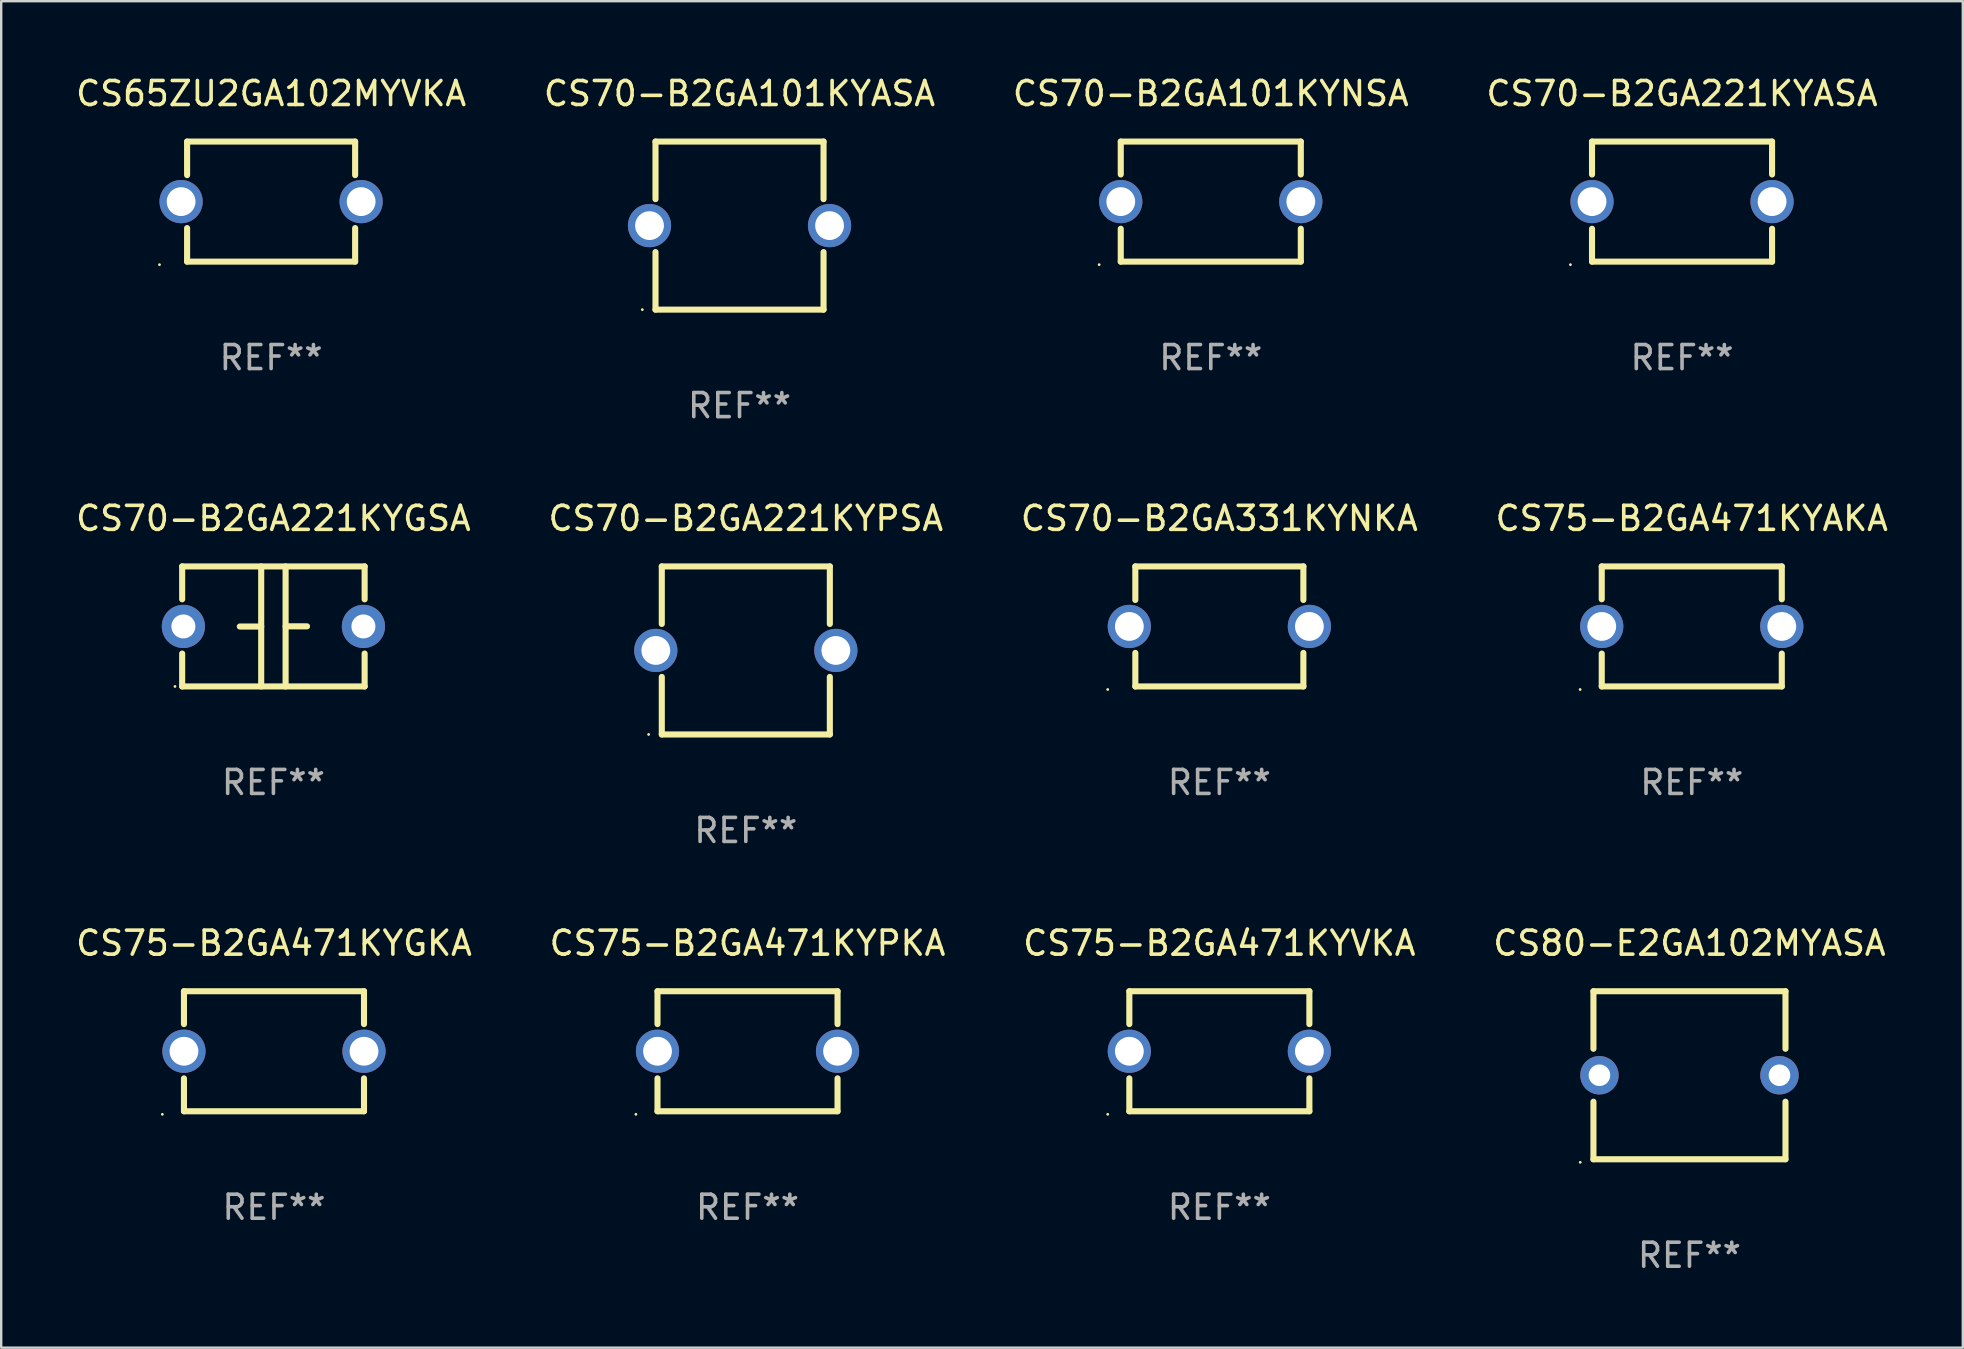
<source format=kicad_pcb>
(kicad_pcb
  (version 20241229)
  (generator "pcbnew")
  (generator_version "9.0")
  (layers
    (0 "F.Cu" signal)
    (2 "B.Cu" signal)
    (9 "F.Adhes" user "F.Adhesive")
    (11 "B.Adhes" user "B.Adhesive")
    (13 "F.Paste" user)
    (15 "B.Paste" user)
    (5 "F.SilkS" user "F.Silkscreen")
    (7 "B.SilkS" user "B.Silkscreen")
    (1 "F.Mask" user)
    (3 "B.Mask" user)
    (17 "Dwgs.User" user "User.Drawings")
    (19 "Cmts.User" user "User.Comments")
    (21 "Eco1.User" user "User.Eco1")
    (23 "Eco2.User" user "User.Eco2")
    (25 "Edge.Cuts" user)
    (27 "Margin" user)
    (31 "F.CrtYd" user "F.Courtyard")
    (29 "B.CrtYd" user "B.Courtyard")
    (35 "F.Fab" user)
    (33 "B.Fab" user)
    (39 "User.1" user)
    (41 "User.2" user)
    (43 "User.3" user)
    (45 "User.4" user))
  (footprint "CS70-B2GA331KYNKA"
    (layer "F.Cu")
    (at 47.744 23.045)
    (property "Reference" "CS70-B2GA331KYNKA" (at 0 -4.5 0) (layer "F.SilkS") (effects (font (size 1 1) (thickness 0.15))))
    (attr through_hole)
    (fp_line (start -3.5 -2.5) (end -3.5 -1.103) (stroke (width 0.254) (type solid)) (layer "F.SilkS"))
    (fp_line (start -3.5 -2.5) (end 3.5 -2.5) (stroke (width 0.254) (type solid)) (layer "F.SilkS"))
    (fp_line (start -3.5 1.103) (end -3.5 2.5) (stroke (width 0.254) (type solid)) (layer "F.SilkS"))
    (fp_line (start 3.5 -2.5) (end 3.5 -1.103) (stroke (width 0.254) (type solid)) (layer "F.SilkS"))
    (fp_line (start 3.5 1.103) (end 3.5 2.5) (stroke (width 0.254) (type solid)) (layer "F.SilkS"))
    (fp_line (start 3.5 2.5) (end -3.5 2.5) (stroke (width 0.254) (type solid)) (layer "F.SilkS"))
    (fp_circle (center -4.65 2.627) (end -4.62 2.627) (stroke (width 0.06) (type solid)) (fill no) (layer "F.SilkS"))
    (fp_text user "REF**" (at 0 6.5 0) (layer "F.Fab") (effects (font (size 1 1) (thickness 0.15))))
    (pad "1" thru_hole circle (at -3.75 0) (size 1.8 1.8) (drill 1.2) (layers "*.Cu" "*.Mask"))
    (pad "2" thru_hole circle (at 3.75 0) (size 1.8 1.8) (drill 1.2) (layers "*.Cu" "*.Mask")))
  (footprint "CS65ZU2GA102MYVKA"
    (layer "F.Cu")
    (at 8.244 5.348)
    (property "Reference" "CS65ZU2GA102MYVKA" (at 0 -4.5 0) (layer "F.SilkS") (effects (font (size 1 1) (thickness 0.15))))
    (attr through_hole)
    (fp_line (start -3.5 -2.5) (end -3.5 -1.103) (stroke (width 0.254) (type solid)) (layer "F.SilkS"))
    (fp_line (start -3.5 -2.5) (end 3.5 -2.5) (stroke (width 0.254) (type solid)) (layer "F.SilkS"))
    (fp_line (start -3.5 1.103) (end -3.5 2.5) (stroke (width 0.254) (type solid)) (layer "F.SilkS"))
    (fp_line (start 3.5 -2.5) (end 3.5 -1.103) (stroke (width 0.254) (type solid)) (layer "F.SilkS"))
    (fp_line (start 3.5 1.103) (end 3.5 2.5) (stroke (width 0.254) (type solid)) (layer "F.SilkS"))
    (fp_line (start 3.5 2.5) (end -3.5 2.5) (stroke (width 0.254) (type solid)) (layer "F.SilkS"))
    (fp_circle (center -4.65 2.627) (end -4.62 2.627) (stroke (width 0.06) (type solid)) (fill no) (layer "F.SilkS"))
    (fp_text user "REF**" (at 0 6.5 0) (layer "F.Fab") (effects (font (size 1 1) (thickness 0.15))))
    (pad "1" thru_hole circle (at -3.75 0) (size 1.8 1.8) (drill 1.2) (layers "*.Cu" "*.Mask"))
    (pad "2" thru_hole circle (at 3.75 0) (size 1.8 1.8) (drill 1.2) (layers "*.Cu" "*.Mask")))
  (footprint "CS70-B2GA101KYNSA"
    (layer "F.Cu")
    (at 47.387 5.348)
    (property "Reference" "CS70-B2GA101KYNSA" (at 0 -4.5 0) (layer "F.SilkS") (effects (font (size 1 1) (thickness 0.15))))
    (attr through_hole)
    (fp_line (start -3.75 -2.5) (end -3.75 -1.131) (stroke (width 0.254) (type solid)) (layer "F.SilkS"))
    (fp_line (start -3.75 -2.5) (end 3.75 -2.5) (stroke (width 0.254) (type solid)) (layer "F.SilkS"))
    (fp_line (start -3.75 1.131) (end -3.75 2.5) (stroke (width 0.254) (type solid)) (layer "F.SilkS"))
    (fp_line (start 3.75 -2.5) (end 3.75 -1.131) (stroke (width 0.254) (type solid)) (layer "F.SilkS"))
    (fp_line (start 3.75 1.131) (end 3.75 2.5) (stroke (width 0.254) (type solid)) (layer "F.SilkS"))
    (fp_line (start 3.75 2.5) (end -3.75 2.5) (stroke (width 0.254) (type solid)) (layer "F.SilkS"))
    (fp_circle (center -4.65 2.627) (end -4.62 2.627) (stroke (width 0.06) (type solid)) (fill no) (layer "F.SilkS"))
    (fp_text user "REF**" (at 0 6.5 0) (layer "F.Fab") (effects (font (size 1 1) (thickness 0.15))))
    (pad "1" thru_hole circle (at -3.75 0) (size 1.8 1.8) (drill 1.2) (layers "*.Cu" "*.Mask"))
    (pad "2" thru_hole circle (at 3.75 0) (size 1.8 1.8) (drill 1.2) (layers "*.Cu" "*.Mask")))
  (footprint "CS70-B2GA221KYASA"
    (layer "F.Cu")
    (at 67.018 5.348)
    (property "Reference" "CS70-B2GA221KYASA" (at 0 -4.5 0) (layer "F.SilkS") (effects (font (size 1 1) (thickness 0.15))))
    (attr through_hole)
    (fp_line (start -3.75 -2.5) (end -3.75 -1.131) (stroke (width 0.254) (type solid)) (layer "F.SilkS"))
    (fp_line (start -3.75 -2.5) (end 3.75 -2.5) (stroke (width 0.254) (type solid)) (layer "F.SilkS"))
    (fp_line (start -3.75 1.131) (end -3.75 2.5) (stroke (width 0.254) (type solid)) (layer "F.SilkS"))
    (fp_line (start 3.75 -2.5) (end 3.75 -1.131) (stroke (width 0.254) (type solid)) (layer "F.SilkS"))
    (fp_line (start 3.75 1.131) (end 3.75 2.5) (stroke (width 0.254) (type solid)) (layer "F.SilkS"))
    (fp_line (start 3.75 2.5) (end -3.75 2.5) (stroke (width 0.254) (type solid)) (layer "F.SilkS"))
    (fp_circle (center -4.65 2.627) (end -4.62 2.627) (stroke (width 0.06) (type solid)) (fill no) (layer "F.SilkS"))
    (fp_text user "REF**" (at 0 6.5 0) (layer "F.Fab") (effects (font (size 1 1) (thickness 0.15))))
    (pad "1" thru_hole circle (at -3.75 0) (size 1.8 1.8) (drill 1.2) (layers "*.Cu" "*.Mask"))
    (pad "2" thru_hole circle (at 3.75 0) (size 1.8 1.8) (drill 1.2) (layers "*.Cu" "*.Mask")))
  (footprint "CS75-B2GA471KYGKA"
    (layer "F.Cu")
    (at 8.363 40.741)
    (property "Reference" "CS75-B2GA471KYGKA" (at 0 -4.5 0) (layer "F.SilkS") (effects (font (size 1 1) (thickness 0.15))))
    (attr through_hole)
    (fp_line (start -3.75 -2.5) (end -3.75 -1.131) (stroke (width 0.254) (type solid)) (layer "F.SilkS"))
    (fp_line (start -3.75 -2.5) (end 3.75 -2.5) (stroke (width 0.254) (type solid)) (layer "F.SilkS"))
    (fp_line (start -3.75 1.131) (end -3.75 2.5) (stroke (width 0.254) (type solid)) (layer "F.SilkS"))
    (fp_line (start 3.75 -2.5) (end 3.75 -1.131) (stroke (width 0.254) (type solid)) (layer "F.SilkS"))
    (fp_line (start 3.75 1.131) (end 3.75 2.5) (stroke (width 0.254) (type solid)) (layer "F.SilkS"))
    (fp_line (start 3.75 2.5) (end -3.75 2.5) (stroke (width 0.254) (type solid)) (layer "F.SilkS"))
    (fp_circle (center -4.65 2.627) (end -4.62 2.627) (stroke (width 0.06) (type solid)) (fill no) (layer "F.SilkS"))
    (fp_text user "REF**" (at 0 6.5 0) (layer "F.Fab") (effects (font (size 1 1) (thickness 0.15))))
    (pad "1" thru_hole circle (at -3.75 0) (size 1.8 1.8) (drill 1.2) (layers "*.Cu" "*.Mask"))
    (pad "2" thru_hole circle (at 3.75 0) (size 1.8 1.8) (drill 1.2) (layers "*.Cu" "*.Mask")))
  (footprint "CS70-B2GA101KYASA"
    (layer "F.Cu")
    (at 27.756 6.348)
    (property "Reference" "CS70-B2GA101KYASA" (at 0 -5.5 0) (layer "F.SilkS") (effects (font (size 1 1) (thickness 0.15))))
    (attr through_hole)
    (fp_line (start -3.5 -3.5) (end -3.5 -1.103) (stroke (width 0.254) (type solid)) (layer "F.SilkS"))
    (fp_line (start -3.5 -3.5) (end 3.5 -3.5) (stroke (width 0.254) (type solid)) (layer "F.SilkS"))
    (fp_line (start -3.5 1.103) (end -3.5 3.5) (stroke (width 0.254) (type solid)) (layer "F.SilkS"))
    (fp_line (start 3.5 -3.5) (end 3.5 -1.103) (stroke (width 0.254) (type solid)) (layer "F.SilkS"))
    (fp_line (start 3.5 1.103) (end 3.5 3.5) (stroke (width 0.254) (type solid)) (layer "F.SilkS"))
    (fp_line (start 3.5 3.5) (end -3.5 3.5) (stroke (width 0.254) (type solid)) (layer "F.SilkS"))
    (fp_circle (center -4.05 3.5) (end -4.02 3.5) (stroke (width 0.06) (type solid)) (fill no) (layer "F.SilkS"))
    (fp_text user "REF**" (at 0 7.5 0) (layer "F.Fab") (effects (font (size 1 1) (thickness 0.15))))
    (pad "1" thru_hole circle (at -3.75 0) (size 1.8 1.8) (drill 1.2) (layers "*.Cu" "*.Mask"))
    (pad "2" thru_hole circle (at 3.75 0) (size 1.8 1.8) (drill 1.2) (layers "*.Cu" "*.Mask")))
  (footprint "CS70-B2GA221KYPSA"
    (layer "F.Cu")
    (at 28.018 24.045)
    (property "Reference" "CS70-B2GA221KYPSA" (at 0 -5.5 0) (layer "F.SilkS") (effects (font (size 1 1) (thickness 0.15))))
    (attr through_hole)
    (fp_line (start -3.5 -3.5) (end -3.5 -1.103) (stroke (width 0.254) (type solid)) (layer "F.SilkS"))
    (fp_line (start -3.5 -3.5) (end 3.5 -3.5) (stroke (width 0.254) (type solid)) (layer "F.SilkS"))
    (fp_line (start -3.5 1.103) (end -3.5 3.5) (stroke (width 0.254) (type solid)) (layer "F.SilkS"))
    (fp_line (start 3.5 -3.5) (end 3.5 -1.103) (stroke (width 0.254) (type solid)) (layer "F.SilkS"))
    (fp_line (start 3.5 1.103) (end 3.5 3.5) (stroke (width 0.254) (type solid)) (layer "F.SilkS"))
    (fp_line (start 3.5 3.5) (end -3.5 3.5) (stroke (width 0.254) (type solid)) (layer "F.SilkS"))
    (fp_circle (center -4.05 3.5) (end -4.02 3.5) (stroke (width 0.06) (type solid)) (fill no) (layer "F.SilkS"))
    (fp_text user "REF**" (at 0 7.5 0) (layer "F.Fab") (effects (font (size 1 1) (thickness 0.15))))
    (pad "1" thru_hole circle (at -3.75 0) (size 1.8 1.8) (drill 1.2) (layers "*.Cu" "*.Mask"))
    (pad "2" thru_hole circle (at 3.75 0) (size 1.8 1.8) (drill 1.2) (layers "*.Cu" "*.Mask")))
  (footprint "CS75-B2GA471KYVKA"
    (layer "F.Cu")
    (at 47.744 40.741)
    (property "Reference" "CS75-B2GA471KYVKA" (at 0 -4.5 0) (layer "F.SilkS") (effects (font (size 1 1) (thickness 0.15))))
    (attr through_hole)
    (fp_line (start -3.75 -2.5) (end -3.75 -1.131) (stroke (width 0.254) (type solid)) (layer "F.SilkS"))
    (fp_line (start -3.75 -2.5) (end 3.75 -2.5) (stroke (width 0.254) (type solid)) (layer "F.SilkS"))
    (fp_line (start -3.75 1.131) (end -3.75 2.5) (stroke (width 0.254) (type solid)) (layer "F.SilkS"))
    (fp_line (start 3.75 -2.5) (end 3.75 -1.131) (stroke (width 0.254) (type solid)) (layer "F.SilkS"))
    (fp_line (start 3.75 1.131) (end 3.75 2.5) (stroke (width 0.254) (type solid)) (layer "F.SilkS"))
    (fp_line (start 3.75 2.5) (end -3.75 2.5) (stroke (width 0.254) (type solid)) (layer "F.SilkS"))
    (fp_circle (center -4.65 2.627) (end -4.62 2.627) (stroke (width 0.06) (type solid)) (fill no) (layer "F.SilkS"))
    (fp_text user "REF**" (at 0 6.5 0) (layer "F.Fab") (effects (font (size 1 1) (thickness 0.15))))
    (pad "1" thru_hole circle (at -3.75 0) (size 1.8 1.8) (drill 1.2) (layers "*.Cu" "*.Mask"))
    (pad "2" thru_hole circle (at 3.75 0) (size 1.8 1.8) (drill 1.2) (layers "*.Cu" "*.Mask")))
  (footprint "CS75-B2GA471KYPKA"
    (layer "F.Cu")
    (at 28.089 40.741)
    (property "Reference" "CS75-B2GA471KYPKA" (at 0 -4.5 0) (layer "F.SilkS") (effects (font (size 1 1) (thickness 0.15))))
    (attr through_hole)
    (fp_line (start -3.75 -2.5) (end -3.75 -1.131) (stroke (width 0.254) (type solid)) (layer "F.SilkS"))
    (fp_line (start -3.75 -2.5) (end 3.75 -2.5) (stroke (width 0.254) (type solid)) (layer "F.SilkS"))
    (fp_line (start -3.75 1.131) (end -3.75 2.5) (stroke (width 0.254) (type solid)) (layer "F.SilkS"))
    (fp_line (start 3.75 -2.5) (end 3.75 -1.131) (stroke (width 0.254) (type solid)) (layer "F.SilkS"))
    (fp_line (start 3.75 1.131) (end 3.75 2.5) (stroke (width 0.254) (type solid)) (layer "F.SilkS"))
    (fp_line (start 3.75 2.5) (end -3.75 2.5) (stroke (width 0.254) (type solid)) (layer "F.SilkS"))
    (fp_circle (center -4.65 2.627) (end -4.62 2.627) (stroke (width 0.06) (type solid)) (fill no) (layer "F.SilkS"))
    (fp_text user "REF**" (at 0 6.5 0) (layer "F.Fab") (effects (font (size 1 1) (thickness 0.15))))
    (pad "1" thru_hole circle (at -3.75 0) (size 1.8 1.8) (drill 1.2) (layers "*.Cu" "*.Mask"))
    (pad "2" thru_hole circle (at 3.75 0) (size 1.8 1.8) (drill 1.2) (layers "*.Cu" "*.Mask")))
  (footprint "CS80-E2GA102MYASA"
    (layer "F.Cu")
    (at 67.327 41.741)
    (property "Reference" "CS80-E2GA102MYASA" (at 0 -5.5 0) (layer "F.SilkS") (effects (font (size 1 1) (thickness 0.15))))
    (attr through_hole)
    (fp_line (start -4 -3.5) (end -4 -1.103) (stroke (width 0.254) (type solid)) (layer "F.SilkS"))
    (fp_line (start -4 -3.5) (end 4 -3.5) (stroke (width 0.254) (type solid)) (layer "F.SilkS"))
    (fp_line (start -4 1.103) (end -4 3.5) (stroke (width 0.254) (type solid)) (layer "F.SilkS"))
    (fp_line (start 4 -3.5) (end 4 -1.103) (stroke (width 0.254) (type solid)) (layer "F.SilkS"))
    (fp_line (start 4 1.103) (end 4 3.5) (stroke (width 0.254) (type solid)) (layer "F.SilkS"))
    (fp_line (start 4 3.5) (end -4 3.5) (stroke (width 0.254) (type solid)) (layer "F.SilkS"))
    (fp_circle (center -4.55 3.627) (end -4.52 3.627) (stroke (width 0.06) (type solid)) (fill no) (layer "F.SilkS"))
    (fp_text user "REF**" (at 0 7.5 0) (layer "F.Fab") (effects (font (size 1 1) (thickness 0.15))))
    (pad "1" thru_hole circle (at -3.75 0) (size 1.6 1.6) (drill 0.9) (layers "*.Cu" "*.Mask"))
    (pad "2" thru_hole circle (at 3.75 0) (size 1.6 1.6) (drill 0.9) (layers "*.Cu" "*.Mask")))
  (footprint "CS70-B2GA221KYGSA"
    (layer "F.Cu")
    (at 8.339 23.045)
    (property "Reference" "CS70-B2GA221KYGSA" (at 0 -4.5 0) (layer "F.SilkS") (effects (font (size 1 1) (thickness 0.15))))
    (attr through_hole)
    (fp_line (start -3.8 -2.5) (end -3.8 -1.13) (stroke (width 0.254) (type solid)) (layer "F.SilkS"))
    (fp_line (start -3.8 -2.5) (end 3.8 -2.5) (stroke (width 0.254) (type solid)) (layer "F.SilkS"))
    (fp_line (start -3.8 1.13) (end -3.8 2.5) (stroke (width 0.254) (type solid)) (layer "F.SilkS"))
    (fp_line (start -3.8 2.5) (end 3.8 2.5) (stroke (width 0.254) (type solid)) (layer "F.SilkS"))
    (fp_line (start -0.508 0.004) (end -1.4 0.004) (stroke (width 0.254) (type solid)) (layer "F.SilkS"))
    (fp_line (start -0.508 2.5) (end -0.508 -2.5) (stroke (width 0.254) (type solid)) (layer "F.SilkS"))
    (fp_line (start 0.508 -2.5) (end 0.508 2.5) (stroke (width 0.254) (type solid)) (layer "F.SilkS"))
    (fp_line (start 0.508 -0.004) (end 1.4 -0.004) (stroke (width 0.254) (type solid)) (layer "F.SilkS"))
    (fp_line (start 3.8 -2.5) (end 3.8 -1.13) (stroke (width 0.254) (type solid)) (layer "F.SilkS"))
    (fp_line (start 3.8 1.13) (end 3.8 2.5) (stroke (width 0.254) (type solid)) (layer "F.SilkS"))
    (fp_circle (center -4.1 2.5) (end -4.07 2.5) (stroke (width 0.06) (type solid)) (fill no) (layer "F.SilkS"))
    (fp_text user "REF**" (at 0 6.5 0) (layer "F.Fab") (effects (font (size 1 1) (thickness 0.15))))
    (pad "1" thru_hole circle (at -3.75 0) (size 1.8 1.8) (drill 1) (layers "*.Cu" "*.Mask"))
    (pad "2" thru_hole circle (at 3.75 0) (size 1.8 1.8) (drill 1) (layers "*.Cu" "*.Mask")))
  (footprint "CS75-B2GA471KYAKA"
    (layer "F.Cu")
    (at 67.423 23.045)
    (property "Reference" "CS75-B2GA471KYAKA" (at 0 -4.5 0) (layer "F.SilkS") (effects (font (size 1 1) (thickness 0.15))))
    (attr through_hole)
    (fp_line (start -3.75 -2.5) (end -3.75 -1.131) (stroke (width 0.254) (type solid)) (layer "F.SilkS"))
    (fp_line (start -3.75 -2.5) (end 3.75 -2.5) (stroke (width 0.254) (type solid)) (layer "F.SilkS"))
    (fp_line (start -3.75 1.131) (end -3.75 2.5) (stroke (width 0.254) (type solid)) (layer "F.SilkS"))
    (fp_line (start 3.75 -2.5) (end 3.75 -1.131) (stroke (width 0.254) (type solid)) (layer "F.SilkS"))
    (fp_line (start 3.75 1.131) (end 3.75 2.5) (stroke (width 0.254) (type solid)) (layer "F.SilkS"))
    (fp_line (start 3.75 2.5) (end -3.75 2.5) (stroke (width 0.254) (type solid)) (layer "F.SilkS"))
    (fp_circle (center -4.65 2.627) (end -4.62 2.627) (stroke (width 0.06) (type solid)) (fill no) (layer "F.SilkS"))
    (fp_text user "REF**" (at 0 6.5 0) (layer "F.Fab") (effects (font (size 1 1) (thickness 0.15))))
    (pad "1" thru_hole circle (at -3.75 0) (size 1.8 1.8) (drill 1.2) (layers "*.Cu" "*.Mask"))
    (pad "2" thru_hole circle (at 3.75 0) (size 1.8 1.8) (drill 1.2) (layers "*.Cu" "*.Mask")))
  (gr_rect
    (start -3 -3)
    (end 78.714 53.09)
    (stroke (width 0.1) (type default))
    (fill no)
    (layer "Edge.Cuts")))
</source>
